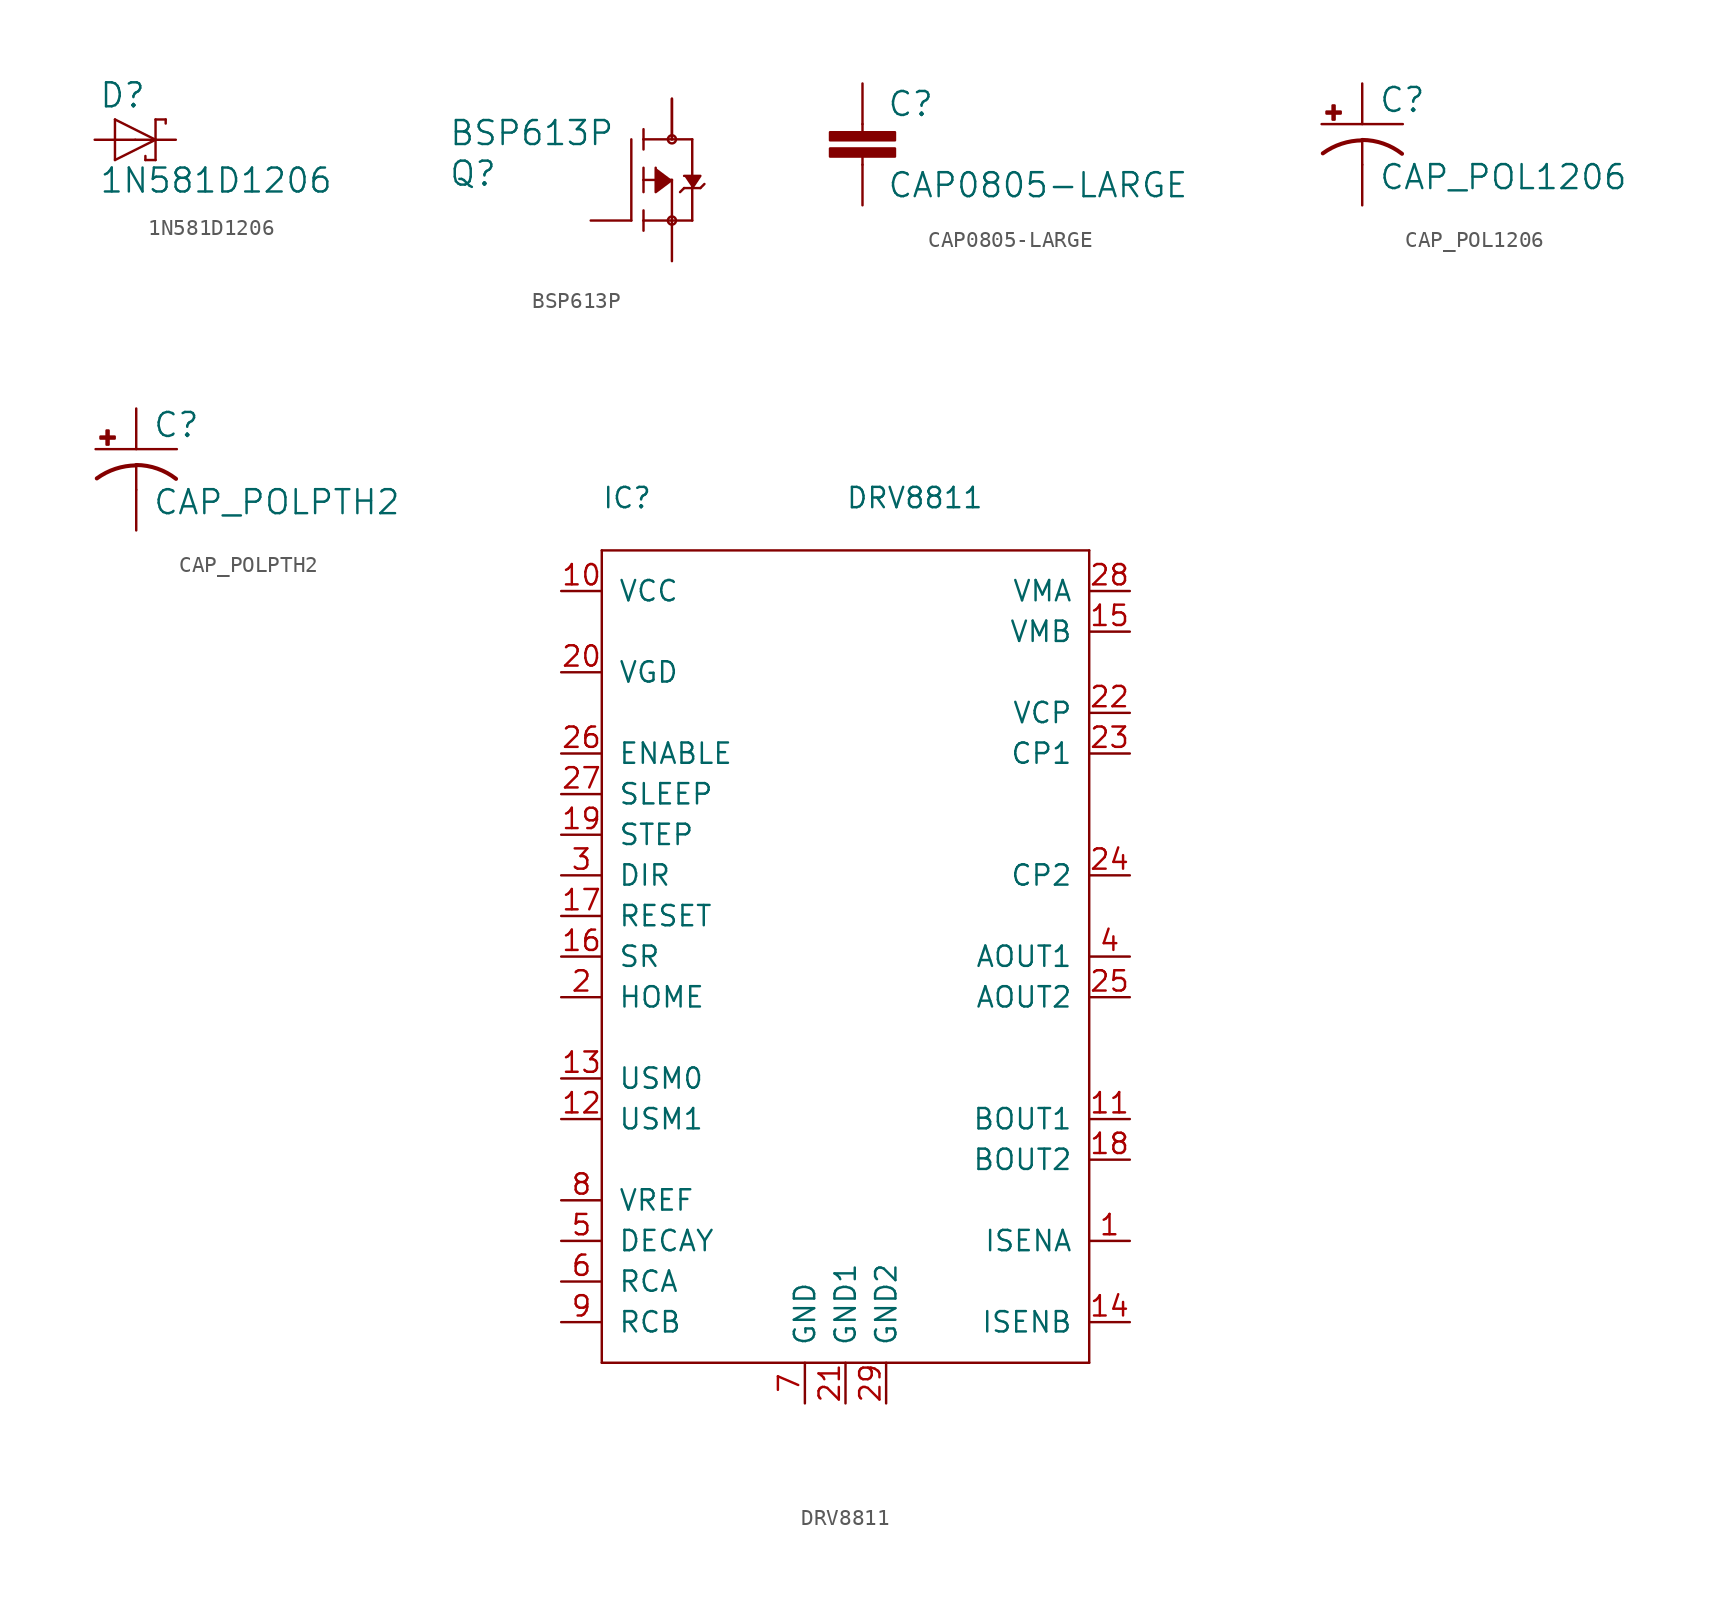
<source format=kicad_sym>
(kicad_symbol_lib
  (version 20211014)
  (generator kicad_symbol_editor)
  (symbol "1N581D1206"
    (pin_names
      (offset 1.016))
    (property "Reference" "D"
      (at -2.286 1.905 0)
      (effects (font (size 1.499 1.499)) (justify left bottom)))
    (property "Value" "1N581D1206"
      (at -2.286 -3.429 0)
      (effects (font (size 1.499 1.499)) (justify left bottom)))
    (property "ki_locked" ""
      (at 0 0 0)
      (effects (font (size 1.27 1.27))))
    (symbol "1N581D1206_1_0"
      (polyline (pts (xy -1.27 -1.27) (xy 1.27 0)) (stroke (width 0) (type default) (color 0 0 0 0)) (fill (type none)))
      (polyline (pts (xy -1.27 1.27) (xy -1.27 -1.27)) (stroke (width 0) (type default) (color 0 0 0 0)) (fill (type none)))
      (polyline (pts (xy 0.635 -1.016) (xy 0.635 -1.27)) (stroke (width 0) (type default) (color 0 0 0 0)) (fill (type none)))
      (polyline (pts (xy 1.27 -1.27) (xy 0.635 -1.27)) (stroke (width 0) (type default) (color 0 0 0 0)) (fill (type none)))
      (polyline (pts (xy 1.27 0) (xy -1.27 1.27)) (stroke (width 0) (type default) (color 0 0 0 0)) (fill (type none)))
      (polyline (pts (xy 1.27 0) (xy 1.27 -1.27)) (stroke (width 0) (type default) (color 0 0 0 0)) (fill (type none)))
      (polyline (pts (xy 1.27 1.27) (xy 1.27 0)) (stroke (width 0) (type default) (color 0 0 0 0)) (fill (type none)))
      (polyline (pts (xy 1.905 1.27) (xy 1.27 1.27)) (stroke (width 0) (type default) (color 0 0 0 0)) (fill (type none)))
      (polyline (pts (xy 1.905 1.27) (xy 1.905 1.016)) (stroke (width 0) (type default) (color 0 0 0 0)) (fill (type none)))
      (pin passive line (at -2.54 0 0) (length 2.54) (name "A" (effects (font (size 0 0)))) (number "A" (effects (font (size 0 0)))))
      (pin passive line (at 2.54 0 180) (length 2.54) (name "C" (effects (font (size 0 0)))) (number "C" (effects (font (size 0 0)))))))
  (symbol "BSP613P"
    (pin_names
      (offset 1.016))
    (property "Reference" "Q"
      (at -11.43 1.27 0)
      (effects (font (size 1.499 1.499)) (justify left top)))
    (property "Value" "BSP613P"
      (at -11.43 3.81 0)
      (effects (font (size 1.499 1.499)) (justify left top)))
    (property "ki_locked" ""
      (at 0 0 0)
      (effects (font (size 1.27 1.27))))
    (symbol "BSP613P_1_0"
      (polyline (pts (xy 0 2.54) (xy 0 -2.54)) (stroke (width 0) (type default) (color 0 0 0 0)) (fill (type none)))
      (polyline (pts (xy 0.762 -2.54) (xy 0.762 -3.175)) (stroke (width 0) (type default) (color 0 0 0 0)) (fill (type none)))
      (polyline (pts (xy 0.762 -1.905) (xy 0.762 -2.54)) (stroke (width 0) (type default) (color 0 0 0 0)) (fill (type none)))
      (polyline (pts (xy 0.762 0) (xy 0.762 -0.762)) (stroke (width 0) (type default) (color 0 0 0 0)) (fill (type none)))
      (polyline (pts (xy 0.762 0) (xy 2.54 0)) (stroke (width 0) (type default) (color 0 0 0 0)) (fill (type none)))
      (polyline (pts (xy 0.762 0.762) (xy 0.762 0)) (stroke (width 0) (type default) (color 0 0 0 0)) (fill (type none)))
      (polyline (pts (xy 0.762 2.54) (xy 0.762 1.905)) (stroke (width 0) (type default) (color 0 0 0 0)) (fill (type none)))
      (polyline (pts (xy 0.762 2.54) (xy 3.81 2.54)) (stroke (width 0) (type default) (color 0 0 0 0)) (fill (type none)))
      (polyline (pts (xy 0.762 3.175) (xy 0.762 2.54)) (stroke (width 0) (type default) (color 0 0 0 0)) (fill (type none)))
      (polyline (pts (xy 2.54 -2.54) (xy 0.762 -2.54)) (stroke (width 0) (type default) (color 0 0 0 0)) (fill (type none)))
      (polyline (pts (xy 2.54 -2.54) (xy 3.81 -2.54)) (stroke (width 0) (type default) (color 0 0 0 0)) (fill (type none)))
      (polyline (pts (xy 2.54 0) (xy 2.54 -2.54)) (stroke (width 0) (type default) (color 0 0 0 0)) (fill (type none)))
      (polyline (pts (xy 3.048 -0.762) (xy 3.302 -0.508)) (stroke (width 0) (type default) (color 0 0 0 0)) (fill (type none)))
      (polyline (pts (xy 3.302 -0.508) (xy 3.81 -0.508)) (stroke (width 0) (type default) (color 0 0 0 0)) (fill (type none)))
      (polyline (pts (xy 3.81 -0.508) (xy 3.81 -2.54)) (stroke (width 0) (type default) (color 0 0 0 0)) (fill (type none)))
      (polyline (pts (xy 3.81 -0.508) (xy 4.318 -0.508)) (stroke (width 0) (type default) (color 0 0 0 0)) (fill (type none)))
      (polyline (pts (xy 3.81 2.54) (xy 3.81 -0.508)) (stroke (width 0) (type default) (color 0 0 0 0)) (fill (type none)))
      (polyline (pts (xy 4.318 -0.508) (xy 4.572 -0.254)) (stroke (width 0) (type default) (color 0 0 0 0)) (fill (type none)))
      (polyline (pts (xy 2.54 0) (xy 1.524 -0.762) (xy 1.524 0.762)) (stroke (width 0) (type default) (color 0 0 0 0)) (fill (type outline)))
      (polyline (pts (xy 3.81 -0.508) (xy 4.318 0.254) (xy 3.302 0.254)) (stroke (width 0) (type default) (color 0 0 0 0)) (fill (type outline)))
      (circle (center 2.54 -2.54) (radius 0.254) (stroke (width 0) (type default) (color 0 0 0 0)) (fill (type none)))
      (circle (center 2.54 2.54) (radius 0.254) (stroke (width 0) (type default) (color 0 0 0 0)) (fill (type none)))
      (pin passive line (at -2.54 -2.54 0) (length 2.54) (name "G" (effects (font (size 0 0)))) (number "1" (effects (font (size 0 0)))))
      (pin passive line (at 2.54 5.08 270) (length 2.54) (name "D@1" (effects (font (size 0 0)))) (number "2" (effects (font (size 0 0)))))
      (pin passive line (at 2.54 -5.08 90) (length 2.54) (name "S" (effects (font (size 0 0)))) (number "3" (effects (font (size 0 0)))))
      (pin passive line (at 2.54 2.54 90) (length 2.54) (name "D@2" (effects (font (size 0 0)))) (number "4" (effects (font (size 0 0)))))))
  (symbol "CAP0805-LARGE"
    (pin_names
      (offset 1.016))
    (property "Reference" "C"
      (at 1.524 2.921 0)
      (effects (font (size 1.499 1.499)) (justify left bottom)))
    (property "Value" "CAP0805-LARGE"
      (at 1.524 -2.159 0)
      (effects (font (size 1.499 1.499)) (justify left bottom)))
    (property "ki_locked" ""
      (at 0 0 0)
      (effects (font (size 1.27 1.27))))
    (symbol "CAP0805-LARGE_1_0"
      (rectangle (start -2.032 0.508) (end 2.032 1.016) (stroke (width 0) (type default) (color 0 0 0 0)) (fill (type outline)))
      (rectangle (start -2.032 1.524) (end 2.032 2.032) (stroke (width 0) (type default) (color 0 0 0 0)) (fill (type outline)))
      (polyline (pts (xy 0 0) (xy 0 0.508)) (stroke (width 0) (type default) (color 0 0 0 0)) (fill (type none)))
      (polyline (pts (xy 0 2.54) (xy 0 2.032)) (stroke (width 0) (type default) (color 0 0 0 0)) (fill (type none)))
      (pin passive line (at 0 5.08 270) (length 2.54) (name "1" (effects (font (size 0 0)))) (number "1" (effects (font (size 0 0)))))
      (pin passive line (at 0 -2.54 90) (length 2.54) (name "2" (effects (font (size 0 0)))) (number "2" (effects (font (size 0 0)))))))
  (symbol "CAP_POL1206"
    (pin_names
      (offset 1.016))
    (property "Reference" "C"
      (at 1.016 0.635 0)
      (effects (font (size 1.499 1.499)) (justify left bottom)))
    (property "Value" "CAP_POL1206"
      (at 1.016 -4.191 0)
      (effects (font (size 1.499 1.499)) (justify left bottom)))
    (property "ki_locked" ""
      (at 0 0 0)
      (effects (font (size 1.27 1.27))))
    (symbol "CAP_POL1206_1_0"
      (rectangle (start -2.235 0.66) (end -1.346 0.787) (stroke (width 0) (type default) (color 0 0 0 0)) (fill (type outline)))
      (rectangle (start -1.854 0.279) (end -1.727 1.168) (stroke (width 0) (type default) (color 0 0 0 0)) (fill (type outline)))
      (arc (start 0 -1.016) (mid -1.2939 -1.2289) (end -2.4638 -1.8288) (stroke (width 0.254) (type default) (color 0 0 0 0)) (fill (type none)))
      (polyline (pts (xy -2.54 0) (xy 2.54 0)) (stroke (width 0) (type default) (color 0 0 0 0)) (fill (type none)))
      (polyline (pts (xy 0 -1.016) (xy 0 -2.54)) (stroke (width 0) (type default) (color 0 0 0 0)) (fill (type none)))
      (arc (start 2.4892 -1.8542) (mid 1.3167 -1.2157) (end 0 -0.9906) (stroke (width 0.254) (type default) (color 0 0 0 0)) (fill (type none)))
      (pin passive line (at 0 2.54 270) (length 2.54) (name "+" (effects (font (size 0 0)))) (number "A" (effects (font (size 0 0)))))
      (pin passive line (at 0 -5.08 90) (length 2.54) (name "-" (effects (font (size 0 0)))) (number "C" (effects (font (size 0 0)))))))
  (symbol "CAP_POLPTH2"
    (pin_names
      (offset 1.016))
    (property "Reference" "C"
      (at 1.016 0.635 0)
      (effects (font (size 1.499 1.499)) (justify left bottom)))
    (property "Value" "CAP_POLPTH2"
      (at 1.016 -4.191 0)
      (effects (font (size 1.499 1.499)) (justify left bottom)))
    (property "ki_locked" ""
      (at 0 0 0)
      (effects (font (size 1.27 1.27))))
    (symbol "CAP_POLPTH2_1_0"
      (rectangle (start -2.235 0.66) (end -1.346 0.787) (stroke (width 0) (type default) (color 0 0 0 0)) (fill (type outline)))
      (rectangle (start -1.854 0.279) (end -1.727 1.168) (stroke (width 0) (type default) (color 0 0 0 0)) (fill (type outline)))
      (arc (start 0 -1.016) (mid -1.2939 -1.2289) (end -2.4638 -1.8288) (stroke (width 0.254) (type default) (color 0 0 0 0)) (fill (type none)))
      (polyline (pts (xy -2.54 0) (xy 2.54 0)) (stroke (width 0) (type default) (color 0 0 0 0)) (fill (type none)))
      (polyline (pts (xy 0 -1.016) (xy 0 -2.54)) (stroke (width 0) (type default) (color 0 0 0 0)) (fill (type none)))
      (arc (start 2.4892 -1.8542) (mid 1.3167 -1.2157) (end 0 -0.9906) (stroke (width 0.254) (type default) (color 0 0 0 0)) (fill (type none)))
      (pin passive line (at 0 2.54 270) (length 2.54) (name "+" (effects (font (size 0 0)))) (number "1" (effects (font (size 0 0)))))
      (pin passive line (at 0 -5.08 90) (length 2.54) (name "-" (effects (font (size 0 0)))) (number "2" (effects (font (size 0 0)))))))
  (symbol "DRV8811"
    (pin_names
      (offset 1.016))
    (property "Reference" "IC"
      (at -15.24 27.94 0)
      (effects (font (size 1.27 1.27)) (justify left bottom)))
    (property "Value" "DRV8811"
      (at 0 27.94 0)
      (effects (font (size 1.27 1.27)) (justify left bottom)))
    (property "ki_locked" ""
      (at 0 0 0)
      (effects (font (size 1.27 1.27))))
    (symbol "DRV8811_1_0"
      (polyline (pts (xy -15.24 -25.4) (xy -15.24 25.4)) (stroke (width 0) (type default) (color 0 0 0 0)) (fill (type none)))
      (polyline (pts (xy -15.24 25.4) (xy 15.24 25.4)) (stroke (width 0) (type default) (color 0 0 0 0)) (fill (type none)))
      (polyline (pts (xy 15.24 -25.4) (xy -15.24 -25.4)) (stroke (width 0) (type default) (color 0 0 0 0)) (fill (type none)))
      (polyline (pts (xy 15.24 25.4) (xy 15.24 -25.4)) (stroke (width 0) (type default) (color 0 0 0 0)) (fill (type none)))
      (pin bidirectional line (at 17.78 -17.78 180) (length 2.54) (name "ISENA" (effects (font (size 1.27 1.27)))) (number "1" (effects (font (size 1.27 1.27)))))
      (pin bidirectional line (at -17.78 22.86 0) (length 2.54) (name "VCC" (effects (font (size 1.27 1.27)))) (number "10" (effects (font (size 1.27 1.27)))))
      (pin bidirectional line (at 17.78 -10.16 180) (length 2.54) (name "BOUT1" (effects (font (size 1.27 1.27)))) (number "11" (effects (font (size 1.27 1.27)))))
      (pin bidirectional line (at -17.78 -10.16 0) (length 2.54) (name "USM1" (effects (font (size 1.27 1.27)))) (number "12" (effects (font (size 1.27 1.27)))))
      (pin bidirectional line (at -17.78 -7.62 0) (length 2.54) (name "USM0" (effects (font (size 1.27 1.27)))) (number "13" (effects (font (size 1.27 1.27)))))
      (pin bidirectional line (at 17.78 -22.86 180) (length 2.54) (name "ISENB" (effects (font (size 1.27 1.27)))) (number "14" (effects (font (size 1.27 1.27)))))
      (pin bidirectional line (at 17.78 20.32 180) (length 2.54) (name "VMB" (effects (font (size 1.27 1.27)))) (number "15" (effects (font (size 1.27 1.27)))))
      (pin bidirectional line (at -17.78 0 0) (length 2.54) (name "SR" (effects (font (size 1.27 1.27)))) (number "16" (effects (font (size 1.27 1.27)))))
      (pin bidirectional line (at -17.78 2.54 0) (length 2.54) (name "RESET" (effects (font (size 1.27 1.27)))) (number "17" (effects (font (size 1.27 1.27)))))
      (pin bidirectional line (at 17.78 -12.7 180) (length 2.54) (name "BOUT2" (effects (font (size 1.27 1.27)))) (number "18" (effects (font (size 1.27 1.27)))))
      (pin bidirectional line (at -17.78 7.62 0) (length 2.54) (name "STEP" (effects (font (size 1.27 1.27)))) (number "19" (effects (font (size 1.27 1.27)))))
      (pin bidirectional line (at -17.78 -2.54 0) (length 2.54) (name "HOME" (effects (font (size 1.27 1.27)))) (number "2" (effects (font (size 1.27 1.27)))))
      (pin bidirectional line (at -17.78 17.78 0) (length 2.54) (name "VGD" (effects (font (size 1.27 1.27)))) (number "20" (effects (font (size 1.27 1.27)))))
      (pin bidirectional line (at 0 -27.94 90) (length 2.54) (name "GND1" (effects (font (size 1.27 1.27)))) (number "21" (effects (font (size 1.27 1.27)))))
      (pin bidirectional line (at 17.78 15.24 180) (length 2.54) (name "VCP" (effects (font (size 1.27 1.27)))) (number "22" (effects (font (size 1.27 1.27)))))
      (pin bidirectional line (at 17.78 12.7 180) (length 2.54) (name "CP1" (effects (font (size 1.27 1.27)))) (number "23" (effects (font (size 1.27 1.27)))))
      (pin bidirectional line (at 17.78 5.08 180) (length 2.54) (name "CP2" (effects (font (size 1.27 1.27)))) (number "24" (effects (font (size 1.27 1.27)))))
      (pin bidirectional line (at 17.78 -2.54 180) (length 2.54) (name "AOUT2" (effects (font (size 1.27 1.27)))) (number "25" (effects (font (size 1.27 1.27)))))
      (pin bidirectional line (at -17.78 12.7 0) (length 2.54) (name "ENABLE" (effects (font (size 1.27 1.27)))) (number "26" (effects (font (size 1.27 1.27)))))
      (pin bidirectional line (at -17.78 10.16 0) (length 2.54) (name "SLEEP" (effects (font (size 1.27 1.27)))) (number "27" (effects (font (size 1.27 1.27)))))
      (pin bidirectional line (at 17.78 22.86 180) (length 2.54) (name "VMA" (effects (font (size 1.27 1.27)))) (number "28" (effects (font (size 1.27 1.27)))))
      (pin bidirectional line (at 2.54 -27.94 90) (length 2.54) (name "GND2" (effects (font (size 1.27 1.27)))) (number "29" (effects (font (size 1.27 1.27)))))
      (pin bidirectional line (at -17.78 5.08 0) (length 2.54) (name "DIR" (effects (font (size 1.27 1.27)))) (number "3" (effects (font (size 1.27 1.27)))))
      (pin bidirectional line (at 17.78 0 180) (length 2.54) (name "AOUT1" (effects (font (size 1.27 1.27)))) (number "4" (effects (font (size 1.27 1.27)))))
      (pin bidirectional line (at -17.78 -17.78 0) (length 2.54) (name "DECAY" (effects (font (size 1.27 1.27)))) (number "5" (effects (font (size 1.27 1.27)))))
      (pin bidirectional line (at -17.78 -20.32 0) (length 2.54) (name "RCA" (effects (font (size 1.27 1.27)))) (number "6" (effects (font (size 1.27 1.27)))))
      (pin bidirectional line (at -2.54 -27.94 90) (length 2.54) (name "GND" (effects (font (size 1.27 1.27)))) (number "7" (effects (font (size 1.27 1.27)))))
      (pin bidirectional line (at -17.78 -15.24 0) (length 2.54) (name "VREF" (effects (font (size 1.27 1.27)))) (number "8" (effects (font (size 1.27 1.27)))))
      (pin bidirectional line (at -17.78 -22.86 0) (length 2.54) (name "RCB" (effects (font (size 1.27 1.27)))) (number "9" (effects (font (size 1.27 1.27))))))))
</source>
